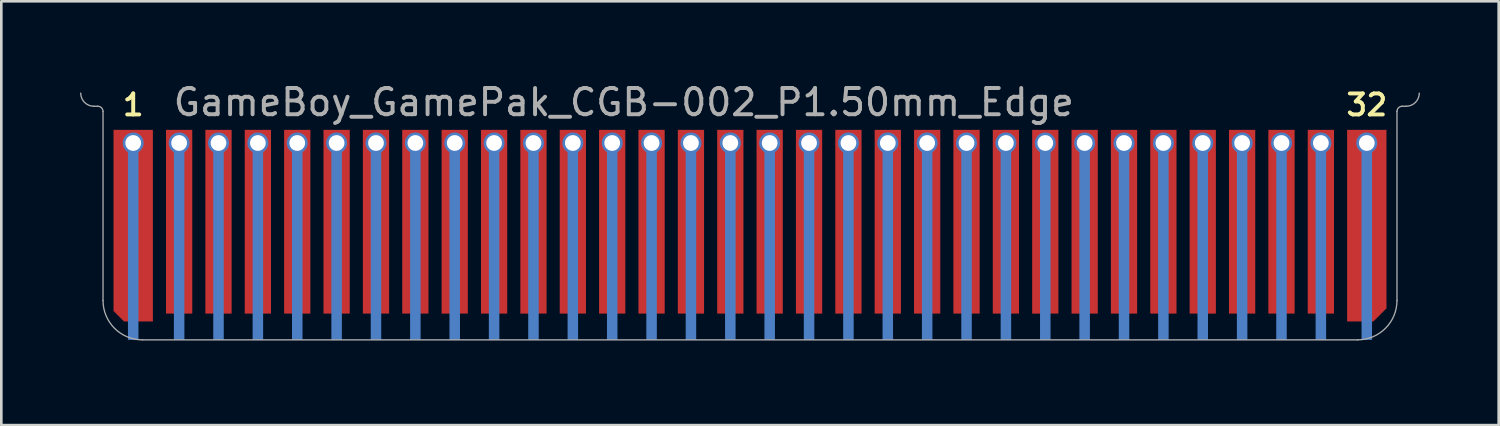
<source format=kicad_pcb>
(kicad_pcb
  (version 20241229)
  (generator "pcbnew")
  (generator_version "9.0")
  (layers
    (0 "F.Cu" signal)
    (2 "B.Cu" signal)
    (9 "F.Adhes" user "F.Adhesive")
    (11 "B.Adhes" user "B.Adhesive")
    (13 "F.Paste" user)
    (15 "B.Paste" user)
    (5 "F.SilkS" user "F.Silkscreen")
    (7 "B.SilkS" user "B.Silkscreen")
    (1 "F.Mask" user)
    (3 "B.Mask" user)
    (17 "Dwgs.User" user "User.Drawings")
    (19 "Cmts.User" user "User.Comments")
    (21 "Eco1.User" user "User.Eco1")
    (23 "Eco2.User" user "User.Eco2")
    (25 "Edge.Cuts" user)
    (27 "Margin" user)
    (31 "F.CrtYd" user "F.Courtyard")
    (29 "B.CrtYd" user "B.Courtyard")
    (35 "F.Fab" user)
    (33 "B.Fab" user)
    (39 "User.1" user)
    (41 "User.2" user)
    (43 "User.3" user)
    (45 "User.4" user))
  (footprint "GameBoy_GamePak_CGB-002_P1.50mm_Edge"
    (layer "F.Cu")
    (at 25.525 9.898)
    (property "Reference" "GameBoy_GamePak_CGB-002_P1.50mm_Edge" (at -22.05 -9.05 0) (layer "F.Fab") (effects (font (size 1 1) (thickness 0.15)) (justify left)))
    (attr through_hole)
    (fp_poly (pts (xy 24.9 0.25) (xy -24.9 0.25) (xy -24.9 -7) (xy 24.9 -7)) (stroke (width 0) (type solid)) (fill yes) (layer "F.Mask"))
    (fp_line (start -25 -8.9) (end -24.85 -8.9) (stroke (width 0.05) (type solid)) (layer "F.Fab"))
    (fp_line (start -24.65 -1.5) (end -24.65 -8.7) (stroke (width 0.05) (type solid)) (layer "F.Fab"))
    (fp_line (start -23.15 0) (end 23.15 0) (stroke (width 0.05) (type solid)) (layer "F.Fab"))
    (fp_line (start 24.65 -1.5) (end 24.65 -8.7) (stroke (width 0.05) (type solid)) (layer "F.Fab"))
    (fp_line (start 24.85 -8.9) (end 25 -8.9) (stroke (width 0.05) (type solid)) (layer "F.Fab"))
    (fp_arc (start -25 -8.9) (mid -25.353553 -9.046447) (end -25.5 -9.4) (stroke (width 0.05) (type solid)) (layer "F.Fab"))
    (fp_arc (start -24.85 -8.9) (mid -24.708579 -8.841421) (end -24.65 -8.7) (stroke (width 0.05) (type solid)) (layer "F.Fab"))
    (fp_arc (start -23.15 0) (mid -24.21066 -0.43934) (end -24.65 -1.5) (stroke (width 0.05) (type solid)) (layer "F.Fab"))
    (fp_arc (start 24.65 -8.7) (mid 24.708579 -8.841421) (end 24.85 -8.9) (stroke (width 0.05) (type solid)) (layer "F.Fab"))
    (fp_arc (start 24.65 -1.5) (mid 24.21066 -0.43934) (end 23.15 0) (stroke (width 0.05) (type solid)) (layer "F.Fab"))
    (fp_arc (start 25.5 -9.4) (mid 25.353553 -9.046447) (end 25 -8.9) (stroke (width 0.05) (type solid)) (layer "F.Fab"))
    (fp_text user "1" (at -23.5 -8.95 0) (layer "F.SilkS") (effects (font (size 0.8 0.8) (thickness 0.15))))
    (fp_text user "32" (at 23.5 -8.95 0) (layer "F.SilkS") (effects (font (size 0.8 0.8) (thickness 0.15))))
    (pad "1" thru_hole circle (at -23.5 -7.5) (size 0.8 0.8) (drill 0.6) (layers "*.Cu" "*.Mask"))
    (pad "1" connect custom (at -23.5 -7.5) (size 0.8 0.8) (layers "F.Cu") (options (anchor rect)) (primitives (gr_poly (pts (xy -0.75 6.4) (xy -0.75 -0.5) (xy 0.75 -0.5) (xy 0.75 6.8) (xy -0.35 6.8)) (width 0) (fill yes))))
    (pad "1" smd rect (at -23.5 -3.6) (size 0.4 7.2) (layers "B.Cu"))
    (pad "2" thru_hole circle (at -21.75 -7.5) (size 0.8 0.8) (drill 0.6) (layers "*.Cu" "*.Mask"))
    (pad "2" connect custom (at -21.75 -7.5) (size 0.8 0.8) (layers "F.Cu") (options (anchor rect)) (primitives (gr_poly (pts (xy 0.5 6.5) (xy -0.5 6.5) (xy -0.5 -0.5) (xy 0.5 -0.5)) (width 0) (fill yes))))
    (pad "2" smd rect (at -21.75 -3.6) (size 0.4 7.2) (layers "B.Cu"))
    (pad "3" thru_hole circle (at -20.25 -7.5) (size 0.8 0.8) (drill 0.6) (layers "*.Cu" "*.Mask"))
    (pad "3" connect custom (at -20.25 -7.5) (size 0.8 0.8) (layers "F.Cu") (options (anchor rect)) (primitives (gr_poly (pts (xy 0.5 6.5) (xy -0.5 6.5) (xy -0.5 -0.5) (xy 0.5 -0.5)) (width 0) (fill yes))))
    (pad "3" smd rect (at -20.25 -3.6) (size 0.4 7.2) (layers "B.Cu"))
    (pad "4" thru_hole circle (at -18.75 -7.5) (size 0.8 0.8) (drill 0.6) (layers "*.Cu" "*.Mask"))
    (pad "4" connect custom (at -18.75 -7.5) (size 0.8 0.8) (layers "F.Cu") (options (anchor rect)) (primitives (gr_poly (pts (xy 0.5 6.5) (xy -0.5 6.5) (xy -0.5 -0.5) (xy 0.5 -0.5)) (width 0) (fill yes))))
    (pad "4" smd rect (at -18.75 -3.6) (size 0.4 7.2) (layers "B.Cu"))
    (pad "5" thru_hole circle (at -17.25 -7.5) (size 0.8 0.8) (drill 0.6) (layers "*.Cu" "*.Mask"))
    (pad "5" connect custom (at -17.25 -7.5) (size 0.8 0.8) (layers "F.Cu") (options (anchor rect)) (primitives (gr_poly (pts (xy 0.5 6.5) (xy -0.5 6.5) (xy -0.5 -0.5) (xy 0.5 -0.5)) (width 0) (fill yes))))
    (pad "5" smd rect (at -17.25 -3.6) (size 0.4 7.2) (layers "B.Cu"))
    (pad "6" thru_hole circle (at -15.75 -7.5) (size 0.8 0.8) (drill 0.6) (layers "*.Cu" "*.Mask"))
    (pad "6" connect custom (at -15.75 -7.5) (size 0.8 0.8) (layers "F.Cu") (options (anchor rect)) (primitives (gr_poly (pts (xy 0.5 6.5) (xy -0.5 6.5) (xy -0.5 -0.5) (xy 0.5 -0.5)) (width 0) (fill yes))))
    (pad "6" smd rect (at -15.75 -3.6) (size 0.4 7.2) (layers "B.Cu"))
    (pad "7" thru_hole circle (at -14.25 -7.5) (size 0.8 0.8) (drill 0.6) (layers "*.Cu" "*.Mask"))
    (pad "7" connect custom (at -14.25 -7.5) (size 0.8 0.8) (layers "F.Cu") (options (anchor rect)) (primitives (gr_poly (pts (xy 0.5 6.5) (xy -0.5 6.5) (xy -0.5 -0.5) (xy 0.5 -0.5)) (width 0) (fill yes))))
    (pad "7" smd rect (at -14.25 -3.6) (size 0.4 7.2) (layers "B.Cu"))
    (pad "8" thru_hole circle (at -12.75 -7.5) (size 0.8 0.8) (drill 0.6) (layers "*.Cu" "*.Mask"))
    (pad "8" connect custom (at -12.75 -7.5) (size 0.8 0.8) (layers "F.Cu") (options (anchor rect)) (primitives (gr_poly (pts (xy 0.5 6.5) (xy -0.5 6.5) (xy -0.5 -0.5) (xy 0.5 -0.5)) (width 0) (fill yes))))
    (pad "8" smd rect (at -12.75 -3.6) (size 0.4 7.2) (layers "B.Cu"))
    (pad "9" thru_hole circle (at -11.25 -7.5) (size 0.8 0.8) (drill 0.6) (layers "*.Cu" "*.Mask"))
    (pad "9" connect custom (at -11.25 -7.5) (size 0.8 0.8) (layers "F.Cu") (options (anchor rect)) (primitives (gr_poly (pts (xy 0.5 6.5) (xy -0.5 6.5) (xy -0.5 -0.5) (xy 0.5 -0.5)) (width 0) (fill yes))))
    (pad "9" smd rect (at -11.25 -3.6) (size 0.4 7.2) (layers "B.Cu"))
    (pad "10" thru_hole circle (at -9.75 -7.5) (size 0.8 0.8) (drill 0.6) (layers "*.Cu" "*.Mask"))
    (pad "10" connect custom (at -9.75 -7.5) (size 0.8 0.8) (layers "F.Cu") (options (anchor rect)) (primitives (gr_poly (pts (xy 0.5 6.5) (xy -0.5 6.5) (xy -0.5 -0.5) (xy 0.5 -0.5)) (width 0) (fill yes))))
    (pad "10" smd rect (at -9.75 -3.6) (size 0.4 7.2) (layers "B.Cu"))
    (pad "11" thru_hole circle (at -8.25 -7.5) (size 0.8 0.8) (drill 0.6) (layers "*.Cu" "*.Mask"))
    (pad "11" connect custom (at -8.25 -7.5) (size 0.8 0.8) (layers "F.Cu") (options (anchor rect)) (primitives (gr_poly (pts (xy 0.5 6.5) (xy -0.5 6.5) (xy -0.5 -0.5) (xy 0.5 -0.5)) (width 0) (fill yes))))
    (pad "11" smd rect (at -8.25 -3.6) (size 0.4 7.2) (layers "B.Cu"))
    (pad "12" thru_hole circle (at -6.75 -7.5) (size 0.8 0.8) (drill 0.6) (layers "*.Cu" "*.Mask"))
    (pad "12" connect custom (at -6.75 -7.5) (size 0.8 0.8) (layers "F.Cu") (options (anchor rect)) (primitives (gr_poly (pts (xy 0.5 6.5) (xy -0.5 6.5) (xy -0.5 -0.5) (xy 0.5 -0.5)) (width 0) (fill yes))))
    (pad "12" smd rect (at -6.75 -3.6) (size 0.4 7.2) (layers "B.Cu"))
    (pad "13" thru_hole circle (at -5.25 -7.5) (size 0.8 0.8) (drill 0.6) (layers "*.Cu" "*.Mask"))
    (pad "13" connect custom (at -5.25 -7.5) (size 0.8 0.8) (layers "F.Cu") (options (anchor rect)) (primitives (gr_poly (pts (xy 0.5 6.5) (xy -0.5 6.5) (xy -0.5 -0.5) (xy 0.5 -0.5)) (width 0) (fill yes))))
    (pad "13" smd rect (at -5.25 -3.6) (size 0.4 7.2) (layers "B.Cu"))
    (pad "14" thru_hole circle (at -3.75 -7.5) (size 0.8 0.8) (drill 0.6) (layers "*.Cu" "*.Mask"))
    (pad "14" connect custom (at -3.75 -7.5) (size 0.8 0.8) (layers "F.Cu") (options (anchor rect)) (primitives (gr_poly (pts (xy 0.5 6.5) (xy -0.5 6.5) (xy -0.5 -0.5) (xy 0.5 -0.5)) (width 0) (fill yes))))
    (pad "14" smd rect (at -3.75 -3.6) (size 0.4 7.2) (layers "B.Cu"))
    (pad "15" thru_hole circle (at -2.25 -7.5) (size 0.8 0.8) (drill 0.6) (layers "*.Cu" "*.Mask"))
    (pad "15" connect custom (at -2.25 -7.5) (size 0.8 0.8) (layers "F.Cu") (options (anchor rect)) (primitives (gr_poly (pts (xy 0.5 6.5) (xy -0.5 6.5) (xy -0.5 -0.5) (xy 0.5 -0.5)) (width 0) (fill yes))))
    (pad "15" smd rect (at -2.25 -3.6) (size 0.4 7.2) (layers "B.Cu"))
    (pad "16" thru_hole circle (at -0.75 -7.5) (size 0.8 0.8) (drill 0.6) (layers "*.Cu" "*.Mask"))
    (pad "16" connect custom (at -0.75 -7.5) (size 0.8 0.8) (layers "F.Cu") (options (anchor rect)) (primitives (gr_poly (pts (xy 0.5 6.5) (xy -0.5 6.5) (xy -0.5 -0.5) (xy 0.5 -0.5)) (width 0) (fill yes))))
    (pad "16" smd rect (at -0.75 -3.6) (size 0.4 7.2) (layers "B.Cu"))
    (pad "17" thru_hole circle (at 0.75 -7.5) (size 0.8 0.8) (drill 0.6) (layers "*.Cu" "*.Mask"))
    (pad "17" connect custom (at 0.75 -7.5) (size 0.8 0.8) (layers "F.Cu") (options (anchor rect)) (primitives (gr_poly (pts (xy 0.5 6.5) (xy -0.5 6.5) (xy -0.5 -0.5) (xy 0.5 -0.5)) (width 0) (fill yes))))
    (pad "17" smd rect (at 0.75 -3.6) (size 0.4 7.2) (layers "B.Cu"))
    (pad "18" thru_hole circle (at 2.25 -7.5) (size 0.8 0.8) (drill 0.6) (layers "*.Cu" "*.Mask"))
    (pad "18" connect custom (at 2.25 -7.5) (size 0.8 0.8) (layers "F.Cu") (options (anchor rect)) (primitives (gr_poly (pts (xy 0.5 6.5) (xy -0.5 6.5) (xy -0.5 -0.5) (xy 0.5 -0.5)) (width 0) (fill yes))))
    (pad "18" smd rect (at 2.25 -3.6) (size 0.4 7.2) (layers "B.Cu"))
    (pad "19" thru_hole circle (at 3.75 -7.5) (size 0.8 0.8) (drill 0.6) (layers "*.Cu" "*.Mask"))
    (pad "19" connect custom (at 3.75 -7.5) (size 0.8 0.8) (layers "F.Cu") (options (anchor rect)) (primitives (gr_poly (pts (xy 0.5 6.5) (xy -0.5 6.5) (xy -0.5 -0.5) (xy 0.5 -0.5)) (width 0) (fill yes))))
    (pad "19" smd rect (at 3.75 -3.6) (size 0.4 7.2) (layers "B.Cu"))
    (pad "20" thru_hole circle (at 5.25 -7.5) (size 0.8 0.8) (drill 0.6) (layers "*.Cu" "*.Mask"))
    (pad "20" connect custom (at 5.25 -7.5) (size 0.8 0.8) (layers "F.Cu") (options (anchor rect)) (primitives (gr_poly (pts (xy 0.5 6.5) (xy -0.5 6.5) (xy -0.5 -0.5) (xy 0.5 -0.5)) (width 0) (fill yes))))
    (pad "20" smd rect (at 5.25 -3.6) (size 0.4 7.2) (layers "B.Cu"))
    (pad "21" thru_hole circle (at 6.75 -7.5) (size 0.8 0.8) (drill 0.6) (layers "*.Cu" "*.Mask"))
    (pad "21" connect custom (at 6.75 -7.5) (size 0.8 0.8) (layers "F.Cu") (options (anchor rect)) (primitives (gr_poly (pts (xy 0.5 6.5) (xy -0.5 6.5) (xy -0.5 -0.5) (xy 0.5 -0.5)) (width 0) (fill yes))))
    (pad "21" smd rect (at 6.75 -3.6) (size 0.4 7.2) (layers "B.Cu"))
    (pad "22" thru_hole circle (at 8.25 -7.5) (size 0.8 0.8) (drill 0.6) (layers "*.Cu" "*.Mask"))
    (pad "22" connect custom (at 8.25 -7.5) (size 0.8 0.8) (layers "F.Cu") (options (anchor rect)) (primitives (gr_poly (pts (xy 0.5 6.5) (xy -0.5 6.5) (xy -0.5 -0.5) (xy 0.5 -0.5)) (width 0) (fill yes))))
    (pad "22" smd rect (at 8.25 -3.6) (size 0.4 7.2) (layers "B.Cu"))
    (pad "23" thru_hole circle (at 9.75 -7.5) (size 0.8 0.8) (drill 0.6) (layers "*.Cu" "*.Mask"))
    (pad "23" connect custom (at 9.75 -7.5) (size 0.8 0.8) (layers "F.Cu") (options (anchor rect)) (primitives (gr_poly (pts (xy 0.5 6.5) (xy -0.5 6.5) (xy -0.5 -0.5) (xy 0.5 -0.5)) (width 0) (fill yes))))
    (pad "23" smd rect (at 9.75 -3.6) (size 0.4 7.2) (layers "B.Cu"))
    (pad "24" thru_hole circle (at 11.25 -7.5) (size 0.8 0.8) (drill 0.6) (layers "*.Cu" "*.Mask"))
    (pad "24" connect custom (at 11.25 -7.5) (size 0.8 0.8) (layers "F.Cu") (options (anchor rect)) (primitives (gr_poly (pts (xy 0.5 6.5) (xy -0.5 6.5) (xy -0.5 -0.5) (xy 0.5 -0.5)) (width 0) (fill yes))))
    (pad "24" smd rect (at 11.25 -3.6) (size 0.4 7.2) (layers "B.Cu"))
    (pad "25" thru_hole circle (at 12.75 -7.5) (size 0.8 0.8) (drill 0.6) (layers "*.Cu" "*.Mask"))
    (pad "25" connect custom (at 12.75 -7.5) (size 0.8 0.8) (layers "F.Cu") (options (anchor rect)) (primitives (gr_poly (pts (xy 0.5 6.5) (xy -0.5 6.5) (xy -0.5 -0.5) (xy 0.5 -0.5)) (width 0) (fill yes))))
    (pad "25" smd rect (at 12.75 -3.6) (size 0.4 7.2) (layers "B.Cu"))
    (pad "26" thru_hole circle (at 14.25 -7.5) (size 0.8 0.8) (drill 0.6) (layers "*.Cu" "*.Mask"))
    (pad "26" connect custom (at 14.25 -7.5) (size 0.8 0.8) (layers "F.Cu") (options (anchor rect)) (primitives (gr_poly (pts (xy 0.5 6.5) (xy -0.5 6.5) (xy -0.5 -0.5) (xy 0.5 -0.5)) (width 0) (fill yes))))
    (pad "26" smd rect (at 14.25 -3.6) (size 0.4 7.2) (layers "B.Cu"))
    (pad "27" thru_hole circle (at 15.75 -7.5) (size 0.8 0.8) (drill 0.6) (layers "*.Cu" "*.Mask"))
    (pad "27" connect custom (at 15.75 -7.5) (size 0.8 0.8) (layers "F.Cu") (options (anchor rect)) (primitives (gr_poly (pts (xy 0.5 6.5) (xy -0.5 6.5) (xy -0.5 -0.5) (xy 0.5 -0.5)) (width 0) (fill yes))))
    (pad "27" smd rect (at 15.75 -3.6) (size 0.4 7.2) (layers "B.Cu"))
    (pad "28" thru_hole circle (at 17.25 -7.5) (size 0.8 0.8) (drill 0.6) (layers "*.Cu" "*.Mask"))
    (pad "28" connect custom (at 17.25 -7.5) (size 0.8 0.8) (layers "F.Cu") (options (anchor rect)) (primitives (gr_poly (pts (xy 0.5 6.5) (xy -0.5 6.5) (xy -0.5 -0.5) (xy 0.5 -0.5)) (width 0) (fill yes))))
    (pad "28" smd rect (at 17.25 -3.6) (size 0.4 7.2) (layers "B.Cu"))
    (pad "29" thru_hole circle (at 18.75 -7.5) (size 0.8 0.8) (drill 0.6) (layers "*.Cu" "*.Mask"))
    (pad "29" connect custom (at 18.75 -7.5) (size 0.8 0.8) (layers "F.Cu") (options (anchor rect)) (primitives (gr_poly (pts (xy 0.5 6.5) (xy -0.5 6.5) (xy -0.5 -0.5) (xy 0.5 -0.5)) (width 0) (fill yes))))
    (pad "29" smd rect (at 18.75 -3.6) (size 0.4 7.2) (layers "B.Cu"))
    (pad "30" thru_hole circle (at 20.25 -7.5) (size 0.8 0.8) (drill 0.6) (layers "*.Cu" "*.Mask"))
    (pad "30" connect custom (at 20.25 -7.5) (size 0.8 0.8) (layers "F.Cu") (options (anchor rect)) (primitives (gr_poly (pts (xy 0.5 6.5) (xy -0.5 6.5) (xy -0.5 -0.5) (xy 0.5 -0.5)) (width 0) (fill yes))))
    (pad "30" smd rect (at 20.25 -3.6) (size 0.4 7.2) (layers "B.Cu"))
    (pad "31" thru_hole circle (at 21.75 -7.5) (size 0.8 0.8) (drill 0.6) (layers "*.Cu" "*.Mask"))
    (pad "31" connect custom (at 21.75 -7.5) (size 0.8 0.8) (layers "F.Cu") (options (anchor rect)) (primitives (gr_poly (pts (xy 0.5 6.5) (xy -0.5 6.5) (xy -0.5 -0.5) (xy 0.5 -0.5)) (width 0) (fill yes))))
    (pad "31" smd rect (at 21.75 -3.6) (size 0.4 7.2) (layers "B.Cu"))
    (pad "32" thru_hole circle (at 23.5 -7.5) (size 0.8 0.8) (drill 0.6) (layers "*.Cu" "*.Mask"))
    (pad "32" connect custom (at 23.5 -7.5) (size 0.8 0.8) (layers "F.Cu") (options (anchor rect)) (primitives (gr_poly (pts (xy -0.75 6.8) (xy -0.75 -0.5) (xy 0.75 -0.5) (xy 0.75 6.3) (xy 0.25 6.8)) (width 0) (fill yes))))
    (pad "32" smd rect (at 23.5 -3.6) (size 0.4 7.2) (layers "B.Cu")))
  (gr_rect
    (start -3 -3)
    (end 54.05 13.148)
    (stroke (width 0.1) (type default))
    (fill no)
    (layer "Edge.Cuts")))
</source>
